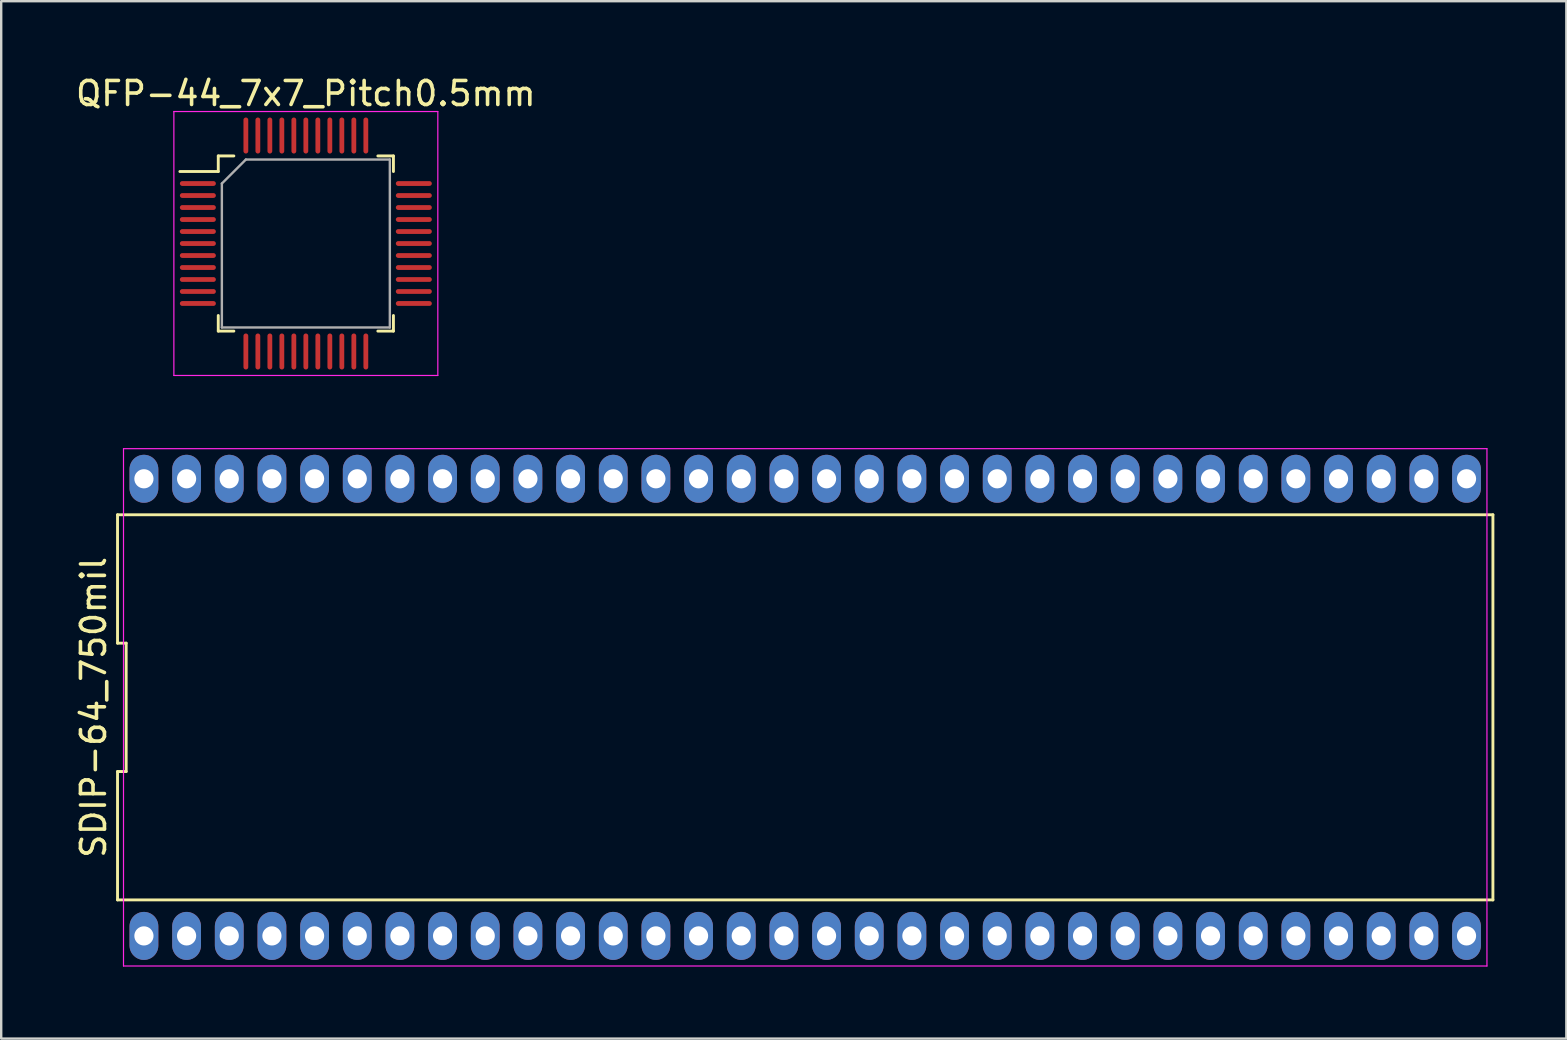
<source format=kicad_pcb>
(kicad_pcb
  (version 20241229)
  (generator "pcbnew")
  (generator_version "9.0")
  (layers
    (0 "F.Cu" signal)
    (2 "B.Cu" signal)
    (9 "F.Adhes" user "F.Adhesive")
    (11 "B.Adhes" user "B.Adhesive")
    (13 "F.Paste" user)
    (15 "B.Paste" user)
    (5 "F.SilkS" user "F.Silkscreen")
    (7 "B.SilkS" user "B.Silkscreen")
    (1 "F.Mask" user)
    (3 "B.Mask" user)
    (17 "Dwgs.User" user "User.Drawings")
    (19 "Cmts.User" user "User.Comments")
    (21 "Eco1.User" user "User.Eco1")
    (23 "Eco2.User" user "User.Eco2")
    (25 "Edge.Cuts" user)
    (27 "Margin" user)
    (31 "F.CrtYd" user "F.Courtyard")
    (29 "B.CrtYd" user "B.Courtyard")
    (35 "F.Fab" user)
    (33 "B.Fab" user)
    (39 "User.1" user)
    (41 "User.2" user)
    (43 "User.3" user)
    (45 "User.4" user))
  (footprint "QFP-44_7x7_Pitch0.5mm"
    (layer "F.Cu")
    (at 9.696 7.098)
    (property "Reference" "QFP-44_7x7_Pitch0.5mm" (at 0 -6.25 0) (layer "F.SilkS") (effects (font (size 1 1) (thickness 0.15))))
    (attr smd)
    (fp_line (start -3.65 -3.65) (end -3.65 -3) (stroke (width 0.12) (type solid)) (layer "F.SilkS"))
    (fp_line (start -3.65 -3) (end -5.25 -3) (stroke (width 0.12) (type solid)) (layer "F.SilkS"))
    (fp_line (start -3.65 3.65) (end -3.65 3) (stroke (width 0.12) (type solid)) (layer "F.SilkS"))
    (fp_line (start -3 -3.65) (end -3.65 -3.65) (stroke (width 0.12) (type solid)) (layer "F.SilkS"))
    (fp_line (start -3 3.65) (end -3.65 3.65) (stroke (width 0.12) (type solid)) (layer "F.SilkS"))
    (fp_line (start 3 -3.65) (end 3.65 -3.65) (stroke (width 0.12) (type solid)) (layer "F.SilkS"))
    (fp_line (start 3 3.65) (end 3.65 3.65) (stroke (width 0.12) (type solid)) (layer "F.SilkS"))
    (fp_line (start 3.65 -3.65) (end 3.65 -3) (stroke (width 0.12) (type solid)) (layer "F.SilkS"))
    (fp_line (start 3.65 3.65) (end 3.65 3) (stroke (width 0.12) (type solid)) (layer "F.SilkS"))
    (fp_line (start -5.5 -5.5) (end 5.5 -5.5) (stroke (width 0.05) (type solid)) (layer "F.CrtYd"))
    (fp_line (start -5.5 5.5) (end -5.5 -5.5) (stroke (width 0.05) (type solid)) (layer "F.CrtYd"))
    (fp_line (start 5.5 -5.5) (end 5.5 5.5) (stroke (width 0.05) (type solid)) (layer "F.CrtYd"))
    (fp_line (start 5.5 5.5) (end -5.5 5.5) (stroke (width 0.05) (type solid)) (layer "F.CrtYd"))
    (fp_line (start -3.5 -2.5) (end -3.5 3.5) (stroke (width 0.1) (type solid)) (layer "F.Fab"))
    (fp_line (start -3.5 3.5) (end 3.5 3.5) (stroke (width 0.1) (type solid)) (layer "F.Fab"))
    (fp_line (start -2.5 -3.5) (end -3.5 -2.5) (stroke (width 0.1) (type solid)) (layer "F.Fab"))
    (fp_line (start 3.5 -3.5) (end -2.5 -3.5) (stroke (width 0.1) (type solid)) (layer "F.Fab"))
    (fp_line (start 3.5 3.5) (end 3.5 -3.5) (stroke (width 0.1) (type solid)) (layer "F.Fab"))
    (pad "1" smd oval (at -4.5 -2.5 90) (size 0.2 1.5) (layers "F.Cu" "F.Mask" "F.Paste"))
    (pad "2" smd oval (at -4.5 -2 90) (size 0.2 1.5) (layers "F.Cu" "F.Mask" "F.Paste"))
    (pad "3" smd oval (at -4.5 -1.5 90) (size 0.2 1.5) (layers "F.Cu" "F.Mask" "F.Paste"))
    (pad "4" smd oval (at -4.5 -1 90) (size 0.2 1.5) (layers "F.Cu" "F.Mask" "F.Paste"))
    (pad "5" smd oval (at -4.5 -0.5 90) (size 0.2 1.5) (layers "F.Cu" "F.Mask" "F.Paste"))
    (pad "6" smd oval (at -4.5 0 90) (size 0.2 1.5) (layers "F.Cu" "F.Mask" "F.Paste"))
    (pad "7" smd oval (at -4.5 0.5 90) (size 0.2 1.5) (layers "F.Cu" "F.Mask" "F.Paste"))
    (pad "8" smd oval (at -4.5 1 90) (size 0.2 1.5) (layers "F.Cu" "F.Mask" "F.Paste"))
    (pad "9" smd oval (at -4.5 1.5 90) (size 0.2 1.5) (layers "F.Cu" "F.Mask" "F.Paste"))
    (pad "10" smd oval (at -4.5 2 90) (size 0.2 1.5) (layers "F.Cu" "F.Mask" "F.Paste"))
    (pad "11" smd oval (at -4.5 2.5 90) (size 0.2 1.5) (layers "F.Cu" "F.Mask" "F.Paste"))
    (pad "12" smd oval (at -2.5 4.5) (size 0.2 1.5) (layers "F.Cu" "F.Mask" "F.Paste"))
    (pad "13" smd oval (at -2 4.5) (size 0.2 1.5) (layers "F.Cu" "F.Mask" "F.Paste"))
    (pad "14" smd oval (at -1.5 4.5) (size 0.2 1.5) (layers "F.Cu" "F.Mask" "F.Paste"))
    (pad "15" smd oval (at -1 4.5) (size 0.2 1.5) (layers "F.Cu" "F.Mask" "F.Paste"))
    (pad "16" smd oval (at -0.5 4.5) (size 0.2 1.5) (layers "F.Cu" "F.Mask" "F.Paste"))
    (pad "17" smd oval (at 0 4.5) (size 0.2 1.5) (layers "F.Cu" "F.Mask" "F.Paste"))
    (pad "18" smd oval (at 0.5 4.5) (size 0.2 1.5) (layers "F.Cu" "F.Mask" "F.Paste"))
    (pad "19" smd oval (at 1 4.5) (size 0.2 1.5) (layers "F.Cu" "F.Mask" "F.Paste"))
    (pad "20" smd oval (at 1.5 4.5) (size 0.2 1.5) (layers "F.Cu" "F.Mask" "F.Paste"))
    (pad "21" smd oval (at 2 4.5) (size 0.2 1.5) (layers "F.Cu" "F.Mask" "F.Paste"))
    (pad "22" smd oval (at 2.5 4.5) (size 0.2 1.5) (layers "F.Cu" "F.Mask" "F.Paste"))
    (pad "23" smd oval (at 4.5 2.5 90) (size 0.2 1.5) (layers "F.Cu" "F.Mask" "F.Paste"))
    (pad "24" smd oval (at 4.5 2 90) (size 0.2 1.5) (layers "F.Cu" "F.Mask" "F.Paste"))
    (pad "25" smd oval (at 4.5 1.5 90) (size 0.2 1.5) (layers "F.Cu" "F.Mask" "F.Paste"))
    (pad "26" smd oval (at 4.5 1 90) (size 0.2 1.5) (layers "F.Cu" "F.Mask" "F.Paste"))
    (pad "27" smd oval (at 4.5 0.5 90) (size 0.2 1.5) (layers "F.Cu" "F.Mask" "F.Paste"))
    (pad "28" smd oval (at 4.5 0 90) (size 0.2 1.5) (layers "F.Cu" "F.Mask" "F.Paste"))
    (pad "29" smd oval (at 4.5 -0.5 90) (size 0.2 1.5) (layers "F.Cu" "F.Mask" "F.Paste"))
    (pad "30" smd oval (at 4.5 -1 90) (size 0.2 1.5) (layers "F.Cu" "F.Mask" "F.Paste"))
    (pad "31" smd oval (at 4.5 -1.5 90) (size 0.2 1.5) (layers "F.Cu" "F.Mask" "F.Paste"))
    (pad "32" smd oval (at 4.5 -2 90) (size 0.2 1.5) (layers "F.Cu" "F.Mask" "F.Paste"))
    (pad "33" smd oval (at 4.5 -2.5 90) (size 0.2 1.5) (layers "F.Cu" "F.Mask" "F.Paste"))
    (pad "34" smd oval (at 2.5 -4.5) (size 0.2 1.5) (layers "F.Cu" "F.Mask" "F.Paste"))
    (pad "35" smd oval (at 2 -4.5) (size 0.2 1.5) (layers "F.Cu" "F.Mask" "F.Paste"))
    (pad "36" smd oval (at 1.5 -4.5) (size 0.2 1.5) (layers "F.Cu" "F.Mask" "F.Paste"))
    (pad "37" smd oval (at 1 -4.5) (size 0.2 1.5) (layers "F.Cu" "F.Mask" "F.Paste"))
    (pad "38" smd oval (at 0.5 -4.5) (size 0.2 1.5) (layers "F.Cu" "F.Mask" "F.Paste"))
    (pad "39" smd oval (at 0 -4.5) (size 0.2 1.5) (layers "F.Cu" "F.Mask" "F.Paste"))
    (pad "40" smd oval (at -0.5 -4.5) (size 0.2 1.5) (layers "F.Cu" "F.Mask" "F.Paste"))
    (pad "41" smd oval (at -1 -4.5) (size 0.2 1.5) (layers "F.Cu" "F.Mask" "F.Paste"))
    (pad "42" smd oval (at -1.5 -4.5) (size 0.2 1.5) (layers "F.Cu" "F.Mask" "F.Paste"))
    (pad "43" smd oval (at -2 -4.5) (size 0.2 1.5) (layers "F.Cu" "F.Mask" "F.Paste"))
    (pad "44" smd oval (at -2.5 -4.5) (size 0.2 1.5) (layers "F.Cu" "F.Mask" "F.Paste")))
  (footprint "SDIP-64_750mil"
    (layer "F.Cu")
    (at 30.507 26.428)
    (property "Reference" "SDIP-64_750mil" (at -29.659 0 90) (layer "F.SilkS") (effects (font (size 1 1) (thickness 0.15))))
    (fp_line (start -28.659 -8.025) (end -28.659 -2.675) (stroke (width 0.12) (type solid)) (layer "F.SilkS"))
    (fp_line (start -28.659 -2.675) (end -28.299 -2.675) (stroke (width 0.12) (type solid)) (layer "F.SilkS"))
    (fp_line (start -28.659 2.675) (end -28.659 8.025) (stroke (width 0.12) (type solid)) (layer "F.SilkS"))
    (fp_line (start -28.659 8.025) (end 28.659 8.025) (stroke (width 0.12) (type solid)) (layer "F.SilkS"))
    (fp_line (start -28.299 -2.675) (end -28.299 2.675) (stroke (width 0.12) (type solid)) (layer "F.SilkS"))
    (fp_line (start -28.299 2.675) (end -28.659 2.675) (stroke (width 0.12) (type solid)) (layer "F.SilkS"))
    (fp_line (start 28.659 -8.025) (end -28.659 -8.025) (stroke (width 0.12) (type solid)) (layer "F.SilkS"))
    (fp_line (start 28.659 8.025) (end 28.659 -8.025) (stroke (width 0.12) (type solid)) (layer "F.SilkS"))
    (fp_line (start -28.41 -10.78) (end 28.41 -10.78) (stroke (width 0.05) (type solid)) (layer "F.CrtYd"))
    (fp_line (start -28.41 10.78) (end -28.41 -10.78) (stroke (width 0.05) (type solid)) (layer "F.CrtYd"))
    (fp_line (start 28.41 -10.78) (end 28.41 10.78) (stroke (width 0.05) (type solid)) (layer "F.CrtYd"))
    (fp_line (start 28.41 10.78) (end -28.41 10.78) (stroke (width 0.05) (type solid)) (layer "F.CrtYd"))
    (pad "1" thru_hole oval (at -27.559 9.525) (size 1.2 2) (drill 0.8) (layers "*.Cu" "*.Mask"))
    (pad "2" thru_hole oval (at -25.781 9.525) (size 1.2 2) (drill 0.8) (layers "*.Cu" "*.Mask"))
    (pad "3" thru_hole oval (at -24.003 9.525) (size 1.2 2) (drill 0.8) (layers "*.Cu" "*.Mask"))
    (pad "4" thru_hole oval (at -22.225 9.525) (size 1.2 2) (drill 0.8) (layers "*.Cu" "*.Mask"))
    (pad "5" thru_hole oval (at -20.447 9.525) (size 1.2 2) (drill 0.8) (layers "*.Cu" "*.Mask"))
    (pad "6" thru_hole oval (at -18.669 9.525) (size 1.2 2) (drill 0.8) (layers "*.Cu" "*.Mask"))
    (pad "7" thru_hole oval (at -16.891 9.525) (size 1.2 2) (drill 0.8) (layers "*.Cu" "*.Mask"))
    (pad "8" thru_hole oval (at -15.113 9.525) (size 1.2 2) (drill 0.8) (layers "*.Cu" "*.Mask"))
    (pad "9" thru_hole oval (at -13.335 9.525) (size 1.2 2) (drill 0.8) (layers "*.Cu" "*.Mask"))
    (pad "10" thru_hole oval (at -11.557 9.525) (size 1.2 2) (drill 0.8) (layers "*.Cu" "*.Mask"))
    (pad "11" thru_hole oval (at -9.779 9.525) (size 1.2 2) (drill 0.8) (layers "*.Cu" "*.Mask"))
    (pad "12" thru_hole oval (at -8.001 9.525) (size 1.2 2) (drill 0.8) (layers "*.Cu" "*.Mask"))
    (pad "13" thru_hole oval (at -6.223 9.525) (size 1.2 2) (drill 0.8) (layers "*.Cu" "*.Mask"))
    (pad "14" thru_hole oval (at -4.445 9.525) (size 1.2 2) (drill 0.8) (layers "*.Cu" "*.Mask"))
    (pad "15" thru_hole oval (at -2.667 9.525) (size 1.2 2) (drill 0.8) (layers "*.Cu" "*.Mask"))
    (pad "16" thru_hole oval (at -0.889 9.525) (size 1.2 2) (drill 0.8) (layers "*.Cu" "*.Mask"))
    (pad "17" thru_hole oval (at 0.889 9.525) (size 1.2 2) (drill 0.8) (layers "*.Cu" "*.Mask"))
    (pad "18" thru_hole oval (at 2.667 9.525) (size 1.2 2) (drill 0.8) (layers "*.Cu" "*.Mask"))
    (pad "19" thru_hole oval (at 4.445 9.525) (size 1.2 2) (drill 0.8) (layers "*.Cu" "*.Mask"))
    (pad "20" thru_hole oval (at 6.223 9.525) (size 1.2 2) (drill 0.8) (layers "*.Cu" "*.Mask"))
    (pad "21" thru_hole oval (at 8.001 9.525) (size 1.2 2) (drill 0.8) (layers "*.Cu" "*.Mask"))
    (pad "22" thru_hole oval (at 9.779 9.525) (size 1.2 2) (drill 0.8) (layers "*.Cu" "*.Mask"))
    (pad "23" thru_hole oval (at 11.557 9.525) (size 1.2 2) (drill 0.8) (layers "*.Cu" "*.Mask"))
    (pad "24" thru_hole oval (at 13.335 9.525) (size 1.2 2) (drill 0.8) (layers "*.Cu" "*.Mask"))
    (pad "25" thru_hole oval (at 15.113 9.525) (size 1.2 2) (drill 0.8) (layers "*.Cu" "*.Mask"))
    (pad "26" thru_hole oval (at 16.891 9.525) (size 1.2 2) (drill 0.8) (layers "*.Cu" "*.Mask"))
    (pad "27" thru_hole oval (at 18.669 9.525) (size 1.2 2) (drill 0.8) (layers "*.Cu" "*.Mask"))
    (pad "28" thru_hole oval (at 20.447 9.525) (size 1.2 2) (drill 0.8) (layers "*.Cu" "*.Mask"))
    (pad "29" thru_hole oval (at 22.225 9.525) (size 1.2 2) (drill 0.8) (layers "*.Cu" "*.Mask"))
    (pad "30" thru_hole oval (at 24.003 9.525) (size 1.2 2) (drill 0.8) (layers "*.Cu" "*.Mask"))
    (pad "31" thru_hole oval (at 25.781 9.525) (size 1.2 2) (drill 0.8) (layers "*.Cu" "*.Mask"))
    (pad "32" thru_hole oval (at 27.559 9.525) (size 1.2 2) (drill 0.8) (layers "*.Cu" "*.Mask"))
    (pad "33" thru_hole oval (at 27.559 -9.525) (size 1.2 2) (drill 0.8) (layers "*.Cu" "*.Mask"))
    (pad "34" thru_hole oval (at 25.781 -9.525) (size 1.2 2) (drill 0.8) (layers "*.Cu" "*.Mask"))
    (pad "35" thru_hole oval (at 24.003 -9.525) (size 1.2 2) (drill 0.8) (layers "*.Cu" "*.Mask"))
    (pad "36" thru_hole oval (at 22.225 -9.525) (size 1.2 2) (drill 0.8) (layers "*.Cu" "*.Mask"))
    (pad "37" thru_hole oval (at 20.447 -9.525) (size 1.2 2) (drill 0.8) (layers "*.Cu" "*.Mask"))
    (pad "38" thru_hole oval (at 18.669 -9.525) (size 1.2 2) (drill 0.8) (layers "*.Cu" "*.Mask"))
    (pad "39" thru_hole oval (at 16.891 -9.525) (size 1.2 2) (drill 0.8) (layers "*.Cu" "*.Mask"))
    (pad "40" thru_hole oval (at 15.113 -9.525) (size 1.2 2) (drill 0.8) (layers "*.Cu" "*.Mask"))
    (pad "41" thru_hole oval (at 13.335 -9.525) (size 1.2 2) (drill 0.8) (layers "*.Cu" "*.Mask"))
    (pad "42" thru_hole oval (at 11.557 -9.525) (size 1.2 2) (drill 0.8) (layers "*.Cu" "*.Mask"))
    (pad "43" thru_hole oval (at 9.779 -9.525) (size 1.2 2) (drill 0.8) (layers "*.Cu" "*.Mask"))
    (pad "44" thru_hole oval (at 8.001 -9.525) (size 1.2 2) (drill 0.8) (layers "*.Cu" "*.Mask"))
    (pad "45" thru_hole oval (at 6.223 -9.525) (size 1.2 2) (drill 0.8) (layers "*.Cu" "*.Mask"))
    (pad "46" thru_hole oval (at 4.445 -9.525) (size 1.2 2) (drill 0.8) (layers "*.Cu" "*.Mask"))
    (pad "47" thru_hole oval (at 2.667 -9.525) (size 1.2 2) (drill 0.8) (layers "*.Cu" "*.Mask"))
    (pad "48" thru_hole oval (at 0.889 -9.525) (size 1.2 2) (drill 0.8) (layers "*.Cu" "*.Mask"))
    (pad "49" thru_hole oval (at -0.889 -9.525) (size 1.2 2) (drill 0.8) (layers "*.Cu" "*.Mask"))
    (pad "50" thru_hole oval (at -2.667 -9.525) (size 1.2 2) (drill 0.8) (layers "*.Cu" "*.Mask"))
    (pad "51" thru_hole oval (at -4.445 -9.525) (size 1.2 2) (drill 0.8) (layers "*.Cu" "*.Mask"))
    (pad "52" thru_hole oval (at -6.223 -9.525) (size 1.2 2) (drill 0.8) (layers "*.Cu" "*.Mask"))
    (pad "53" thru_hole oval (at -8.001 -9.525) (size 1.2 2) (drill 0.8) (layers "*.Cu" "*.Mask"))
    (pad "54" thru_hole oval (at -9.779 -9.525) (size 1.2 2) (drill 0.8) (layers "*.Cu" "*.Mask"))
    (pad "55" thru_hole oval (at -11.557 -9.525) (size 1.2 2) (drill 0.8) (layers "*.Cu" "*.Mask"))
    (pad "56" thru_hole oval (at -13.335 -9.525) (size 1.2 2) (drill 0.8) (layers "*.Cu" "*.Mask"))
    (pad "57" thru_hole oval (at -15.113 -9.525) (size 1.2 2) (drill 0.8) (layers "*.Cu" "*.Mask"))
    (pad "58" thru_hole oval (at -16.891 -9.525) (size 1.2 2) (drill 0.8) (layers "*.Cu" "*.Mask"))
    (pad "59" thru_hole oval (at -18.669 -9.525) (size 1.2 2) (drill 0.8) (layers "*.Cu" "*.Mask"))
    (pad "60" thru_hole oval (at -20.447 -9.525) (size 1.2 2) (drill 0.8) (layers "*.Cu" "*.Mask"))
    (pad "61" thru_hole oval (at -22.225 -9.525) (size 1.2 2) (drill 0.8) (layers "*.Cu" "*.Mask"))
    (pad "62" thru_hole oval (at -24.003 -9.525) (size 1.2 2) (drill 0.8) (layers "*.Cu" "*.Mask"))
    (pad "63" thru_hole oval (at -25.781 -9.525) (size 1.2 2) (drill 0.8) (layers "*.Cu" "*.Mask"))
    (pad "64" thru_hole oval (at -27.559 -9.525) (size 1.2 2) (drill 0.8) (layers "*.Cu" "*.Mask")))
  (gr_rect
    (start -3 -3)
    (end 62.226 40.233)
    (stroke (width 0.1) (type default))
    (fill no)
    (layer "Edge.Cuts")))
</source>
